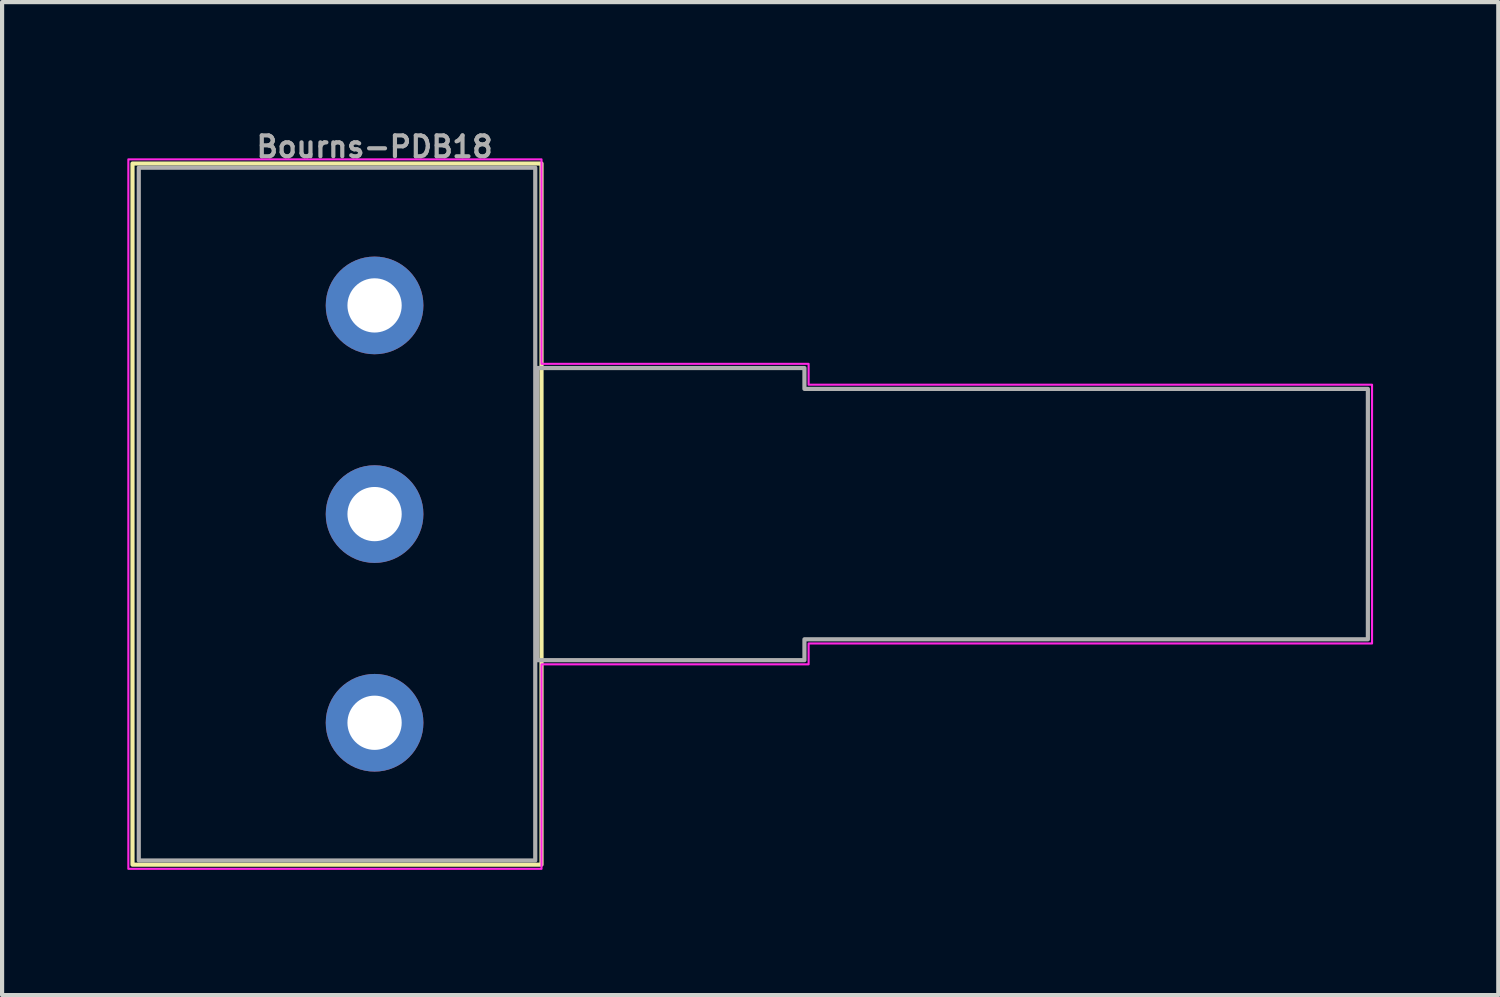
<source format=kicad_pcb>
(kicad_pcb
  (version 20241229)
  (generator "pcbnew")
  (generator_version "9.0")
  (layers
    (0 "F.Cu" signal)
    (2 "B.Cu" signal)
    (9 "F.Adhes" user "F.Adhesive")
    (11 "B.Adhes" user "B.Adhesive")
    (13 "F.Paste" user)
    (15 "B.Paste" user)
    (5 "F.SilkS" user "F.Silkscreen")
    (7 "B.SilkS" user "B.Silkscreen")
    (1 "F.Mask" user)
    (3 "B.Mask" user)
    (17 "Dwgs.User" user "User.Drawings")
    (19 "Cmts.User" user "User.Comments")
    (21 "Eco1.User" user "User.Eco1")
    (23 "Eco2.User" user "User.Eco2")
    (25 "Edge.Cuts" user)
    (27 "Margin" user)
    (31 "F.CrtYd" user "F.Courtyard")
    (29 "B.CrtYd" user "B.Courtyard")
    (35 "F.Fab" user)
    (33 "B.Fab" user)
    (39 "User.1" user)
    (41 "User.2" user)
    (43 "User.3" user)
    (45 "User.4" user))
  (footprint "Bourns-PDB18"
    (layer "F.Cu")
    (at 5.925 9.268)
    (property "Reference" "Bourns-PDB18" (at 0 -8.8 0) (unlocked yes) (layer "F.Fab") (effects (font (size 0.5 0.5) (thickness 0.1))))
    (attr through_hole)
    (fp_rect (start -5.8 -8.4) (end 4 8.4) (stroke (width 0.1) (type default)) (fill no) (layer "F.SilkS"))
    (fp_poly (pts (xy 4 -8.5) (xy -5.9 -8.5) (xy -5.9 8.5) (xy 4 8.5) (xy 4 3.6) (xy 10.4 3.6) (xy 10.4 3.1) (xy 23.9 3.1) (xy 23.9 -3.1) (xy 10.4 -3.1) (xy 10.4 -3.6) (xy 4 -3.6)) (stroke (width 0.05) (type solid)) (fill no) (layer "F.CrtYd"))
    (fp_rect (start -5.65 -8.3) (end 3.85 8.3) (stroke (width 0.1) (type default)) (fill no) (layer "F.Fab"))
    (fp_poly (pts (xy 3.9 -3.5) (xy 10.3 -3.5) (xy 10.3 -3) (xy 23.8 -3) (xy 23.8 3) (xy 10.3 3) (xy 10.3 3.5) (xy 3.9 3.5)) (stroke (width 0.1) (type solid)) (fill no) (layer "F.Fab"))
    (pad "1" thru_hole circle (at 0 5) (size 2.34 2.34) (drill 1.3) (layers "*.Cu" "*.Mask"))
    (pad "2" thru_hole circle (at 0 0) (size 2.34 2.34) (drill 1.3) (layers "*.Cu" "*.Mask"))
    (pad "3" thru_hole circle (at 0 -5) (size 2.34 2.34) (drill 1.3) (layers "*.Cu" "*.Mask")))
  (gr_rect
    (start -3 -3)
    (end 32.85 20.793)
    (stroke (width 0.1) (type default))
    (fill no)
    (layer "Edge.Cuts")))
</source>
